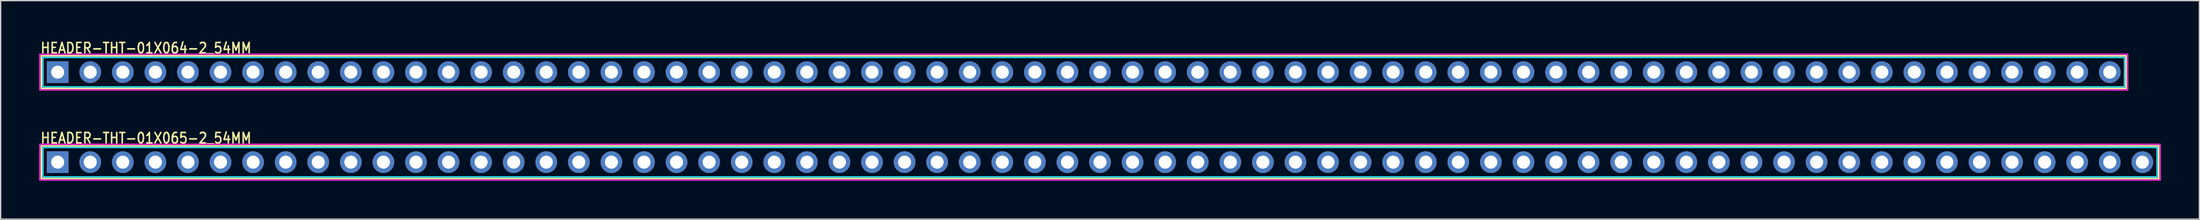
<source format=kicad_pcb>
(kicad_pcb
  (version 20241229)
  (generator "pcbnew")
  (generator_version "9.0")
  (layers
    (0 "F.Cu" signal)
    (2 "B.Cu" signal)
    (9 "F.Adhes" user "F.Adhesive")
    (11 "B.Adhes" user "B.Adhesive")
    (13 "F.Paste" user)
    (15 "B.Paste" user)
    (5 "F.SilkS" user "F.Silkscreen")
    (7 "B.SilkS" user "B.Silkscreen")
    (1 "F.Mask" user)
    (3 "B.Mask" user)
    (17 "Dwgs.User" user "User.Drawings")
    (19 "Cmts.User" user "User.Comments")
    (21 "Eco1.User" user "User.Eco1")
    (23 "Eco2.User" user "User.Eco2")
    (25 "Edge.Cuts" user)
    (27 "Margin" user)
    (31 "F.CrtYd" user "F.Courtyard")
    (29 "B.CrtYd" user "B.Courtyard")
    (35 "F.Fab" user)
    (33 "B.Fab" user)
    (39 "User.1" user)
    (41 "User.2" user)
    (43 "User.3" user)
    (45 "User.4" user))
  (footprint "HEADER-THT-01X065-2_54MM"
    (layer "F.Cu")
    (at 1.447 9.604)
    (property "Reference" "HEADER-THT-01X065-2_54MM" (at -1.4 -1.4 0) (unlocked yes) (layer "F.SilkS") (effects (font (size 0.813 0.695) (thickness 0.122)) (justify left bottom)))
    (fp_line (start -1.27 -1.27) (end -1.27 1.27) (stroke (width 0.127) (type solid)) (layer "F.SilkS"))
    (fp_line (start -1.27 1.27) (end 163.83 1.27) (stroke (width 0.127) (type solid)) (layer "F.SilkS"))
    (fp_line (start 163.83 -1.27) (end -1.27 -1.27) (stroke (width 0.127) (type solid)) (layer "F.SilkS"))
    (fp_line (start 163.83 1.27) (end 163.83 -1.27) (stroke (width 0.127) (type solid)) (layer "F.SilkS"))
    (fp_poly (pts (xy -1.143 -1.143) (xy 163.703 -1.143) (xy 163.703 1.143) (xy -1.143 1.143)) (stroke (width 0.1) (type solid)) (fill no) (layer "B.CrtYd"))
    (fp_poly (pts (xy -1.397 -1.397) (xy 163.957 -1.397) (xy 163.957 1.397) (xy -1.397 1.397)) (stroke (width 0.1) (type solid)) (fill no) (layer "F.CrtYd"))
    (pad "P$1" thru_hole rect (at 0 0) (size 1.693 1.693) (drill 1.016) (layers "*.Cu" "*.Mask"))
    (pad "P$2" thru_hole oval (at 2.54 0) (size 1.693 1.693) (drill 1.016) (layers "*.Cu" "*.Mask"))
    (pad "P$3" thru_hole oval (at 5.08 0) (size 1.693 1.693) (drill 1.016) (layers "*.Cu" "*.Mask"))
    (pad "P$4" thru_hole oval (at 7.62 0) (size 1.693 1.693) (drill 1.016) (layers "*.Cu" "*.Mask"))
    (pad "P$5" thru_hole oval (at 10.16 0) (size 1.693 1.693) (drill 1.016) (layers "*.Cu" "*.Mask"))
    (pad "P$6" thru_hole oval (at 12.7 0) (size 1.693 1.693) (drill 1.016) (layers "*.Cu" "*.Mask"))
    (pad "P$7" thru_hole oval (at 15.24 0) (size 1.693 1.693) (drill 1.016) (layers "*.Cu" "*.Mask"))
    (pad "P$8" thru_hole oval (at 17.78 0) (size 1.693 1.693) (drill 1.016) (layers "*.Cu" "*.Mask"))
    (pad "P$9" thru_hole oval (at 20.32 0) (size 1.693 1.693) (drill 1.016) (layers "*.Cu" "*.Mask"))
    (pad "P$10" thru_hole oval (at 22.86 0) (size 1.693 1.693) (drill 1.016) (layers "*.Cu" "*.Mask"))
    (pad "P$11" thru_hole oval (at 25.4 0) (size 1.693 1.693) (drill 1.016) (layers "*.Cu" "*.Mask"))
    (pad "P$12" thru_hole oval (at 27.94 0) (size 1.693 1.693) (drill 1.016) (layers "*.Cu" "*.Mask"))
    (pad "P$13" thru_hole oval (at 30.48 0) (size 1.693 1.693) (drill 1.016) (layers "*.Cu" "*.Mask"))
    (pad "P$14" thru_hole oval (at 33.02 0) (size 1.693 1.693) (drill 1.016) (layers "*.Cu" "*.Mask"))
    (pad "P$15" thru_hole oval (at 35.56 0) (size 1.693 1.693) (drill 1.016) (layers "*.Cu" "*.Mask"))
    (pad "P$16" thru_hole oval (at 38.1 0) (size 1.693 1.693) (drill 1.016) (layers "*.Cu" "*.Mask"))
    (pad "P$17" thru_hole oval (at 40.64 0) (size 1.693 1.693) (drill 1.016) (layers "*.Cu" "*.Mask"))
    (pad "P$18" thru_hole oval (at 43.18 0) (size 1.693 1.693) (drill 1.016) (layers "*.Cu" "*.Mask"))
    (pad "P$19" thru_hole oval (at 45.72 0) (size 1.693 1.693) (drill 1.016) (layers "*.Cu" "*.Mask"))
    (pad "P$20" thru_hole oval (at 48.26 0) (size 1.693 1.693) (drill 1.016) (layers "*.Cu" "*.Mask"))
    (pad "P$21" thru_hole oval (at 50.8 0) (size 1.693 1.693) (drill 1.016) (layers "*.Cu" "*.Mask"))
    (pad "P$22" thru_hole oval (at 53.34 0) (size 1.693 1.693) (drill 1.016) (layers "*.Cu" "*.Mask"))
    (pad "P$23" thru_hole oval (at 55.88 0) (size 1.693 1.693) (drill 1.016) (layers "*.Cu" "*.Mask"))
    (pad "P$24" thru_hole oval (at 58.42 0) (size 1.693 1.693) (drill 1.016) (layers "*.Cu" "*.Mask"))
    (pad "P$25" thru_hole oval (at 60.96 0) (size 1.693 1.693) (drill 1.016) (layers "*.Cu" "*.Mask"))
    (pad "P$26" thru_hole oval (at 63.5 0) (size 1.693 1.693) (drill 1.016) (layers "*.Cu" "*.Mask"))
    (pad "P$27" thru_hole oval (at 66.04 0) (size 1.693 1.693) (drill 1.016) (layers "*.Cu" "*.Mask"))
    (pad "P$28" thru_hole oval (at 68.58 0) (size 1.693 1.693) (drill 1.016) (layers "*.Cu" "*.Mask"))
    (pad "P$29" thru_hole oval (at 71.12 0) (size 1.693 1.693) (drill 1.016) (layers "*.Cu" "*.Mask"))
    (pad "P$30" thru_hole oval (at 73.66 0) (size 1.693 1.693) (drill 1.016) (layers "*.Cu" "*.Mask"))
    (pad "P$31" thru_hole oval (at 76.2 0) (size 1.693 1.693) (drill 1.016) (layers "*.Cu" "*.Mask"))
    (pad "P$32" thru_hole oval (at 78.74 0) (size 1.693 1.693) (drill 1.016) (layers "*.Cu" "*.Mask"))
    (pad "P$33" thru_hole oval (at 81.28 0) (size 1.693 1.693) (drill 1.016) (layers "*.Cu" "*.Mask"))
    (pad "P$34" thru_hole oval (at 83.82 0) (size 1.693 1.693) (drill 1.016) (layers "*.Cu" "*.Mask"))
    (pad "P$35" thru_hole oval (at 86.36 0) (size 1.693 1.693) (drill 1.016) (layers "*.Cu" "*.Mask"))
    (pad "P$36" thru_hole oval (at 88.9 0) (size 1.693 1.693) (drill 1.016) (layers "*.Cu" "*.Mask"))
    (pad "P$37" thru_hole oval (at 91.44 0) (size 1.693 1.693) (drill 1.016) (layers "*.Cu" "*.Mask"))
    (pad "P$38" thru_hole oval (at 93.98 0) (size 1.693 1.693) (drill 1.016) (layers "*.Cu" "*.Mask"))
    (pad "P$39" thru_hole oval (at 96.52 0) (size 1.693 1.693) (drill 1.016) (layers "*.Cu" "*.Mask"))
    (pad "P$40" thru_hole oval (at 99.06 0) (size 1.693 1.693) (drill 1.016) (layers "*.Cu" "*.Mask"))
    (pad "P$41" thru_hole oval (at 101.6 0) (size 1.693 1.693) (drill 1.016) (layers "*.Cu" "*.Mask"))
    (pad "P$42" thru_hole oval (at 104.14 0) (size 1.693 1.693) (drill 1.016) (layers "*.Cu" "*.Mask"))
    (pad "P$43" thru_hole oval (at 106.68 0) (size 1.693 1.693) (drill 1.016) (layers "*.Cu" "*.Mask"))
    (pad "P$44" thru_hole oval (at 109.22 0) (size 1.693 1.693) (drill 1.016) (layers "*.Cu" "*.Mask"))
    (pad "P$45" thru_hole oval (at 111.76 0) (size 1.693 1.693) (drill 1.016) (layers "*.Cu" "*.Mask"))
    (pad "P$46" thru_hole oval (at 114.3 0) (size 1.693 1.693) (drill 1.016) (layers "*.Cu" "*.Mask"))
    (pad "P$47" thru_hole oval (at 116.84 0) (size 1.693 1.693) (drill 1.016) (layers "*.Cu" "*.Mask"))
    (pad "P$48" thru_hole oval (at 119.38 0) (size 1.693 1.693) (drill 1.016) (layers "*.Cu" "*.Mask"))
    (pad "P$49" thru_hole oval (at 121.92 0) (size 1.693 1.693) (drill 1.016) (layers "*.Cu" "*.Mask"))
    (pad "P$50" thru_hole oval (at 124.46 0) (size 1.693 1.693) (drill 1.016) (layers "*.Cu" "*.Mask"))
    (pad "P$51" thru_hole oval (at 127 0) (size 1.693 1.693) (drill 1.016) (layers "*.Cu" "*.Mask"))
    (pad "P$52" thru_hole oval (at 129.54 0) (size 1.693 1.693) (drill 1.016) (layers "*.Cu" "*.Mask"))
    (pad "P$53" thru_hole oval (at 132.08 0) (size 1.693 1.693) (drill 1.016) (layers "*.Cu" "*.Mask"))
    (pad "P$54" thru_hole oval (at 134.62 0) (size 1.693 1.693) (drill 1.016) (layers "*.Cu" "*.Mask"))
    (pad "P$55" thru_hole oval (at 137.16 0) (size 1.693 1.693) (drill 1.016) (layers "*.Cu" "*.Mask"))
    (pad "P$56" thru_hole oval (at 139.7 0) (size 1.693 1.693) (drill 1.016) (layers "*.Cu" "*.Mask"))
    (pad "P$57" thru_hole oval (at 142.24 0) (size 1.693 1.693) (drill 1.016) (layers "*.Cu" "*.Mask"))
    (pad "P$58" thru_hole oval (at 144.78 0) (size 1.693 1.693) (drill 1.016) (layers "*.Cu" "*.Mask"))
    (pad "P$59" thru_hole oval (at 147.32 0) (size 1.693 1.693) (drill 1.016) (layers "*.Cu" "*.Mask"))
    (pad "P$60" thru_hole oval (at 149.86 0) (size 1.693 1.693) (drill 1.016) (layers "*.Cu" "*.Mask"))
    (pad "P$61" thru_hole oval (at 152.4 0) (size 1.693 1.693) (drill 1.016) (layers "*.Cu" "*.Mask"))
    (pad "P$62" thru_hole oval (at 154.94 0) (size 1.693 1.693) (drill 1.016) (layers "*.Cu" "*.Mask"))
    (pad "P$63" thru_hole oval (at 157.48 0) (size 1.693 1.693) (drill 1.016) (layers "*.Cu" "*.Mask"))
    (pad "P$64" thru_hole oval (at 160.02 0) (size 1.693 1.693) (drill 1.016) (layers "*.Cu" "*.Mask"))
    (pad "P$65" thru_hole oval (at 162.56 0) (size 1.693 1.693) (drill 1.016) (layers "*.Cu" "*.Mask")))
  (footprint "HEADER-THT-01X064-2_54MM"
    (layer "F.Cu")
    (at 1.447 2.579)
    (property "Reference" "HEADER-THT-01X064-2_54MM" (at -1.4 -1.4 0) (unlocked yes) (layer "F.SilkS") (effects (font (size 0.813 0.695) (thickness 0.122)) (justify left bottom)))
    (fp_line (start -1.27 -1.27) (end -1.27 1.27) (stroke (width 0.127) (type solid)) (layer "F.SilkS"))
    (fp_line (start -1.27 1.27) (end 161.29 1.27) (stroke (width 0.127) (type solid)) (layer "F.SilkS"))
    (fp_line (start 161.29 -1.27) (end -1.27 -1.27) (stroke (width 0.127) (type solid)) (layer "F.SilkS"))
    (fp_line (start 161.29 1.27) (end 161.29 -1.27) (stroke (width 0.127) (type solid)) (layer "F.SilkS"))
    (fp_poly (pts (xy -1.143 -1.143) (xy 161.163 -1.143) (xy 161.163 1.143) (xy -1.143 1.143)) (stroke (width 0.1) (type solid)) (fill no) (layer "B.CrtYd"))
    (fp_poly (pts (xy -1.397 -1.397) (xy 161.417 -1.397) (xy 161.417 1.397) (xy -1.397 1.397)) (stroke (width 0.1) (type solid)) (fill no) (layer "F.CrtYd"))
    (pad "P$1" thru_hole rect (at 0 0) (size 1.693 1.693) (drill 1.016) (layers "*.Cu" "*.Mask"))
    (pad "P$2" thru_hole oval (at 2.54 0) (size 1.693 1.693) (drill 1.016) (layers "*.Cu" "*.Mask"))
    (pad "P$3" thru_hole oval (at 5.08 0) (size 1.693 1.693) (drill 1.016) (layers "*.Cu" "*.Mask"))
    (pad "P$4" thru_hole oval (at 7.62 0) (size 1.693 1.693) (drill 1.016) (layers "*.Cu" "*.Mask"))
    (pad "P$5" thru_hole oval (at 10.16 0) (size 1.693 1.693) (drill 1.016) (layers "*.Cu" "*.Mask"))
    (pad "P$6" thru_hole oval (at 12.7 0) (size 1.693 1.693) (drill 1.016) (layers "*.Cu" "*.Mask"))
    (pad "P$7" thru_hole oval (at 15.24 0) (size 1.693 1.693) (drill 1.016) (layers "*.Cu" "*.Mask"))
    (pad "P$8" thru_hole oval (at 17.78 0) (size 1.693 1.693) (drill 1.016) (layers "*.Cu" "*.Mask"))
    (pad "P$9" thru_hole oval (at 20.32 0) (size 1.693 1.693) (drill 1.016) (layers "*.Cu" "*.Mask"))
    (pad "P$10" thru_hole oval (at 22.86 0) (size 1.693 1.693) (drill 1.016) (layers "*.Cu" "*.Mask"))
    (pad "P$11" thru_hole oval (at 25.4 0) (size 1.693 1.693) (drill 1.016) (layers "*.Cu" "*.Mask"))
    (pad "P$12" thru_hole oval (at 27.94 0) (size 1.693 1.693) (drill 1.016) (layers "*.Cu" "*.Mask"))
    (pad "P$13" thru_hole oval (at 30.48 0) (size 1.693 1.693) (drill 1.016) (layers "*.Cu" "*.Mask"))
    (pad "P$14" thru_hole oval (at 33.02 0) (size 1.693 1.693) (drill 1.016) (layers "*.Cu" "*.Mask"))
    (pad "P$15" thru_hole oval (at 35.56 0) (size 1.693 1.693) (drill 1.016) (layers "*.Cu" "*.Mask"))
    (pad "P$16" thru_hole oval (at 38.1 0) (size 1.693 1.693) (drill 1.016) (layers "*.Cu" "*.Mask"))
    (pad "P$17" thru_hole oval (at 40.64 0) (size 1.693 1.693) (drill 1.016) (layers "*.Cu" "*.Mask"))
    (pad "P$18" thru_hole oval (at 43.18 0) (size 1.693 1.693) (drill 1.016) (layers "*.Cu" "*.Mask"))
    (pad "P$19" thru_hole oval (at 45.72 0) (size 1.693 1.693) (drill 1.016) (layers "*.Cu" "*.Mask"))
    (pad "P$20" thru_hole oval (at 48.26 0) (size 1.693 1.693) (drill 1.016) (layers "*.Cu" "*.Mask"))
    (pad "P$21" thru_hole oval (at 50.8 0) (size 1.693 1.693) (drill 1.016) (layers "*.Cu" "*.Mask"))
    (pad "P$22" thru_hole oval (at 53.34 0) (size 1.693 1.693) (drill 1.016) (layers "*.Cu" "*.Mask"))
    (pad "P$23" thru_hole oval (at 55.88 0) (size 1.693 1.693) (drill 1.016) (layers "*.Cu" "*.Mask"))
    (pad "P$24" thru_hole oval (at 58.42 0) (size 1.693 1.693) (drill 1.016) (layers "*.Cu" "*.Mask"))
    (pad "P$25" thru_hole oval (at 60.96 0) (size 1.693 1.693) (drill 1.016) (layers "*.Cu" "*.Mask"))
    (pad "P$26" thru_hole oval (at 63.5 0) (size 1.693 1.693) (drill 1.016) (layers "*.Cu" "*.Mask"))
    (pad "P$27" thru_hole oval (at 66.04 0) (size 1.693 1.693) (drill 1.016) (layers "*.Cu" "*.Mask"))
    (pad "P$28" thru_hole oval (at 68.58 0) (size 1.693 1.693) (drill 1.016) (layers "*.Cu" "*.Mask"))
    (pad "P$29" thru_hole oval (at 71.12 0) (size 1.693 1.693) (drill 1.016) (layers "*.Cu" "*.Mask"))
    (pad "P$30" thru_hole oval (at 73.66 0) (size 1.693 1.693) (drill 1.016) (layers "*.Cu" "*.Mask"))
    (pad "P$31" thru_hole oval (at 76.2 0) (size 1.693 1.693) (drill 1.016) (layers "*.Cu" "*.Mask"))
    (pad "P$32" thru_hole oval (at 78.74 0) (size 1.693 1.693) (drill 1.016) (layers "*.Cu" "*.Mask"))
    (pad "P$33" thru_hole oval (at 81.28 0) (size 1.693 1.693) (drill 1.016) (layers "*.Cu" "*.Mask"))
    (pad "P$34" thru_hole oval (at 83.82 0) (size 1.693 1.693) (drill 1.016) (layers "*.Cu" "*.Mask"))
    (pad "P$35" thru_hole oval (at 86.36 0) (size 1.693 1.693) (drill 1.016) (layers "*.Cu" "*.Mask"))
    (pad "P$36" thru_hole oval (at 88.9 0) (size 1.693 1.693) (drill 1.016) (layers "*.Cu" "*.Mask"))
    (pad "P$37" thru_hole oval (at 91.44 0) (size 1.693 1.693) (drill 1.016) (layers "*.Cu" "*.Mask"))
    (pad "P$38" thru_hole oval (at 93.98 0) (size 1.693 1.693) (drill 1.016) (layers "*.Cu" "*.Mask"))
    (pad "P$39" thru_hole oval (at 96.52 0) (size 1.693 1.693) (drill 1.016) (layers "*.Cu" "*.Mask"))
    (pad "P$40" thru_hole oval (at 99.06 0) (size 1.693 1.693) (drill 1.016) (layers "*.Cu" "*.Mask"))
    (pad "P$41" thru_hole oval (at 101.6 0) (size 1.693 1.693) (drill 1.016) (layers "*.Cu" "*.Mask"))
    (pad "P$42" thru_hole oval (at 104.14 0) (size 1.693 1.693) (drill 1.016) (layers "*.Cu" "*.Mask"))
    (pad "P$43" thru_hole oval (at 106.68 0) (size 1.693 1.693) (drill 1.016) (layers "*.Cu" "*.Mask"))
    (pad "P$44" thru_hole oval (at 109.22 0) (size 1.693 1.693) (drill 1.016) (layers "*.Cu" "*.Mask"))
    (pad "P$45" thru_hole oval (at 111.76 0) (size 1.693 1.693) (drill 1.016) (layers "*.Cu" "*.Mask"))
    (pad "P$46" thru_hole oval (at 114.3 0) (size 1.693 1.693) (drill 1.016) (layers "*.Cu" "*.Mask"))
    (pad "P$47" thru_hole oval (at 116.84 0) (size 1.693 1.693) (drill 1.016) (layers "*.Cu" "*.Mask"))
    (pad "P$48" thru_hole oval (at 119.38 0) (size 1.693 1.693) (drill 1.016) (layers "*.Cu" "*.Mask"))
    (pad "P$49" thru_hole oval (at 121.92 0) (size 1.693 1.693) (drill 1.016) (layers "*.Cu" "*.Mask"))
    (pad "P$50" thru_hole oval (at 124.46 0) (size 1.693 1.693) (drill 1.016) (layers "*.Cu" "*.Mask"))
    (pad "P$51" thru_hole oval (at 127 0) (size 1.693 1.693) (drill 1.016) (layers "*.Cu" "*.Mask"))
    (pad "P$52" thru_hole oval (at 129.54 0) (size 1.693 1.693) (drill 1.016) (layers "*.Cu" "*.Mask"))
    (pad "P$53" thru_hole oval (at 132.08 0) (size 1.693 1.693) (drill 1.016) (layers "*.Cu" "*.Mask"))
    (pad "P$54" thru_hole oval (at 134.62 0) (size 1.693 1.693) (drill 1.016) (layers "*.Cu" "*.Mask"))
    (pad "P$55" thru_hole oval (at 137.16 0) (size 1.693 1.693) (drill 1.016) (layers "*.Cu" "*.Mask"))
    (pad "P$56" thru_hole oval (at 139.7 0) (size 1.693 1.693) (drill 1.016) (layers "*.Cu" "*.Mask"))
    (pad "P$57" thru_hole oval (at 142.24 0) (size 1.693 1.693) (drill 1.016) (layers "*.Cu" "*.Mask"))
    (pad "P$58" thru_hole oval (at 144.78 0) (size 1.693 1.693) (drill 1.016) (layers "*.Cu" "*.Mask"))
    (pad "P$59" thru_hole oval (at 147.32 0) (size 1.693 1.693) (drill 1.016) (layers "*.Cu" "*.Mask"))
    (pad "P$60" thru_hole oval (at 149.86 0) (size 1.693 1.693) (drill 1.016) (layers "*.Cu" "*.Mask"))
    (pad "P$61" thru_hole oval (at 152.4 0) (size 1.693 1.693) (drill 1.016) (layers "*.Cu" "*.Mask"))
    (pad "P$62" thru_hole oval (at 154.94 0) (size 1.693 1.693) (drill 1.016) (layers "*.Cu" "*.Mask"))
    (pad "P$63" thru_hole oval (at 157.48 0) (size 1.693 1.693) (drill 1.016) (layers "*.Cu" "*.Mask"))
    (pad "P$64" thru_hole oval (at 160.02 0) (size 1.693 1.693) (drill 1.016) (layers "*.Cu" "*.Mask")))
  (gr_rect
    (start -3 -3)
    (end 168.454 14.051)
    (stroke (width 0.1) (type default))
    (fill no)
    (layer "Edge.Cuts")))
</source>
